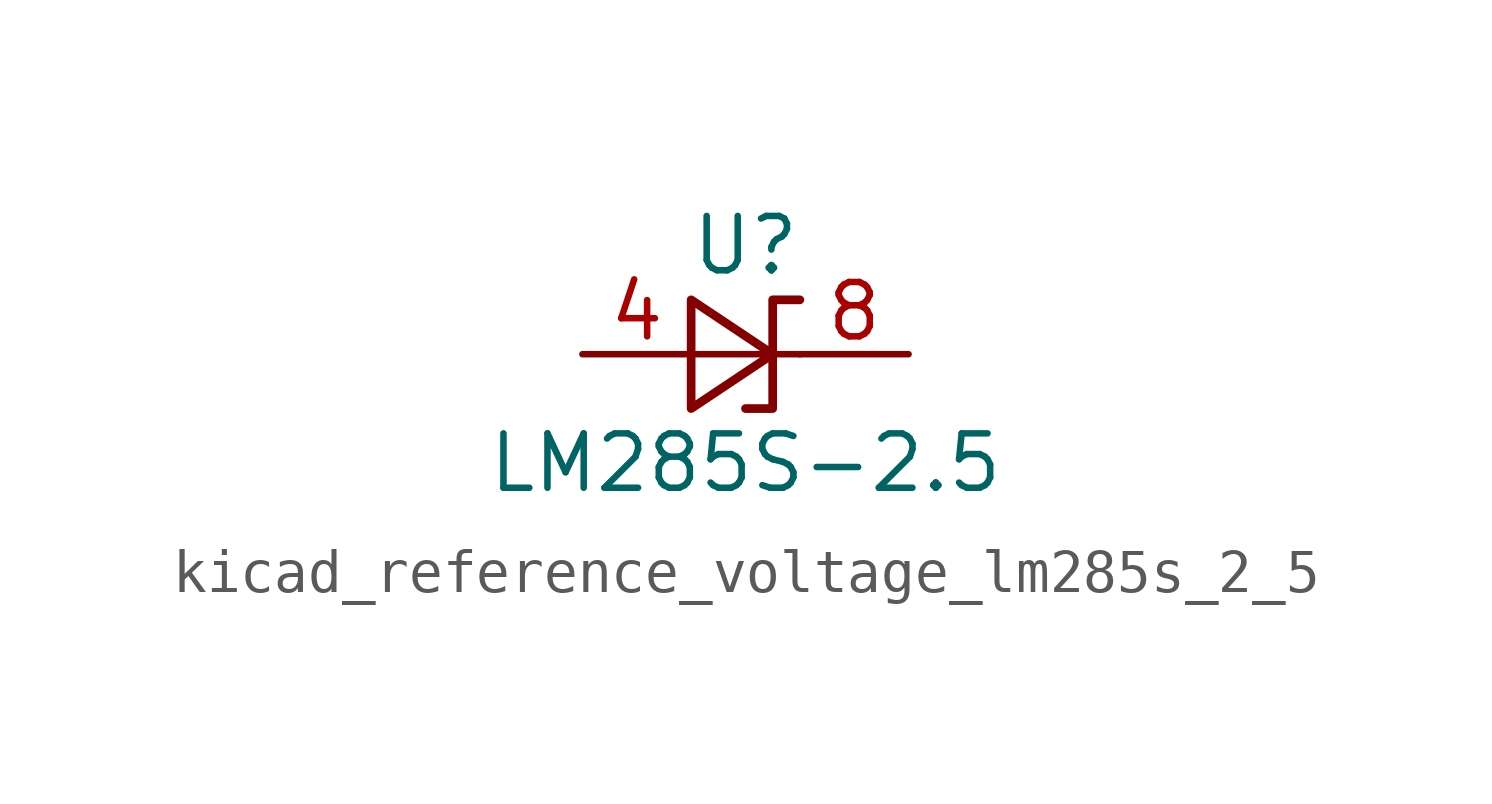
<source format=kicad_sym>
(kicad_symbol_lib
  (version 20220914)
  (generator kicad_symbol_editor)
  (symbol "kicad_reference_voltage_lm285s_2_5"
    (pin_names
      (offset 0.025) hide)
    (property "Reference" "U"
      (at 0 2.54 0)
      (effects (font (size 1.27 1.27))))
    (property "Value" "LM285S-2.5"
      (at 0 -2.54 0)
      (effects (font (size 1.27 1.27))))
    (symbol "kicad_reference_voltage_lm285s_2_5_0_1"
      (polyline (pts (xy -1.27 0) (xy 0 0) (xy 1.27 0)) (stroke (width 0) (type default)) (fill (type none)))
      (polyline (pts (xy -1.27 -1.27) (xy 0.635 0) (xy -1.27 1.27) (xy -1.27 -1.27)) (stroke (width 0.203) (type default)) (fill (type none)))
      (polyline (pts (xy 0 -1.27) (xy 0.635 -1.27) (xy 0.635 1.27) (xy 1.27 1.27)) (stroke (width 0.203) (type default)) (fill (type none))))
    (symbol "kicad_reference_voltage_lm285s_2_5_1_1"
      (pin passive line (at -3.81 0 0) (length 2.54) (name "A" (effects (font (size 1.27 1.27)))) (number "4" (effects (font (size 1.27 1.27)))))
      (pin passive line (at 3.81 0 180) (length 2.54) hide (name "K" (effects (font (size 1.27 1.27)))) (number "6" (effects (font (size 1.27 1.27)))))
      (pin passive line (at 3.81 0 180) (length 2.54) (name "K" (effects (font (size 1.27 1.27)))) (number "8" (effects (font (size 1.27 1.27))))))))
</source>
